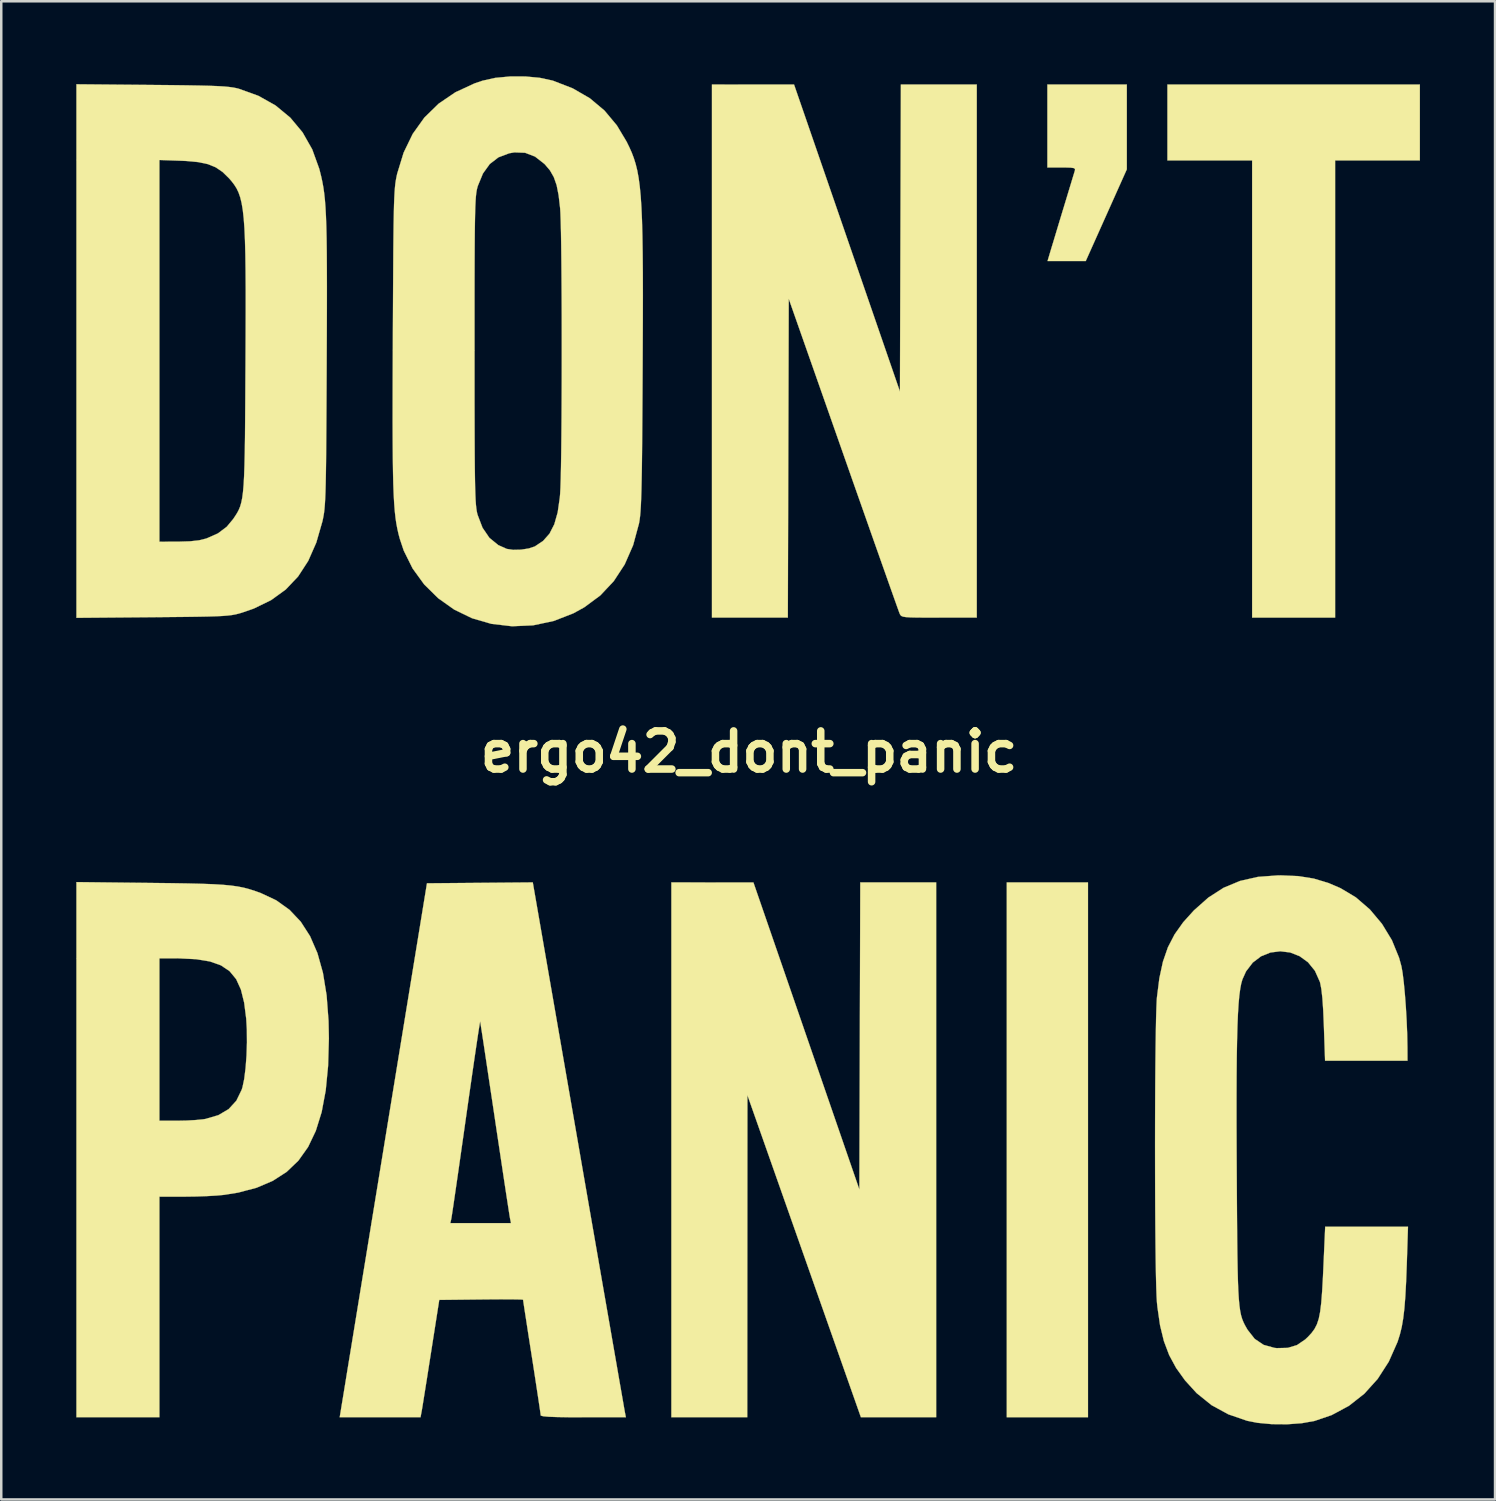
<source format=kicad_pcb>
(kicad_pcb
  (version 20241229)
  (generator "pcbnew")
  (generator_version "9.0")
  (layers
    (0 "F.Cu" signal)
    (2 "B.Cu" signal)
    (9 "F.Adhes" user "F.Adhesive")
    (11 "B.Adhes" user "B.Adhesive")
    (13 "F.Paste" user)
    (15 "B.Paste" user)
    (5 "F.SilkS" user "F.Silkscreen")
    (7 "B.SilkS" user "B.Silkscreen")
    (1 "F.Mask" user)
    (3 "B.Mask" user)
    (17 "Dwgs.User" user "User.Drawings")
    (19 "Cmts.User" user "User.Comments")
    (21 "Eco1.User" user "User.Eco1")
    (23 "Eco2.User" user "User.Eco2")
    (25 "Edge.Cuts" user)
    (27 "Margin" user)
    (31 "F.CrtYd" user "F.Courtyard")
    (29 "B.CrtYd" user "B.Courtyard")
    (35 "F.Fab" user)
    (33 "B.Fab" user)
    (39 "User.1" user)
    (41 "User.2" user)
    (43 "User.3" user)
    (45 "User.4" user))
  (footprint "ergo42_dont_panic"
    (layer "F.Cu")
    (at 26.887 26.997)
    (property "Reference" "ergo42_dont_panic" (at 0 0 0) (layer "F.SilkS") (effects (font (size 1.524 1.524) (thickness 0.3))))
    (attr through_hole)
    (fp_poly (pts (xy 13.547 26.599) (xy 10.301 26.599) (xy 10.301 5.221) (xy 13.547 5.221) (xy 13.547 26.599)) (stroke (width 0.01) (type solid)) (fill yes) (layer "F.SilkS"))
    (fp_poly (pts (xy 26.811 -23.636) (xy 23.424 -23.636) (xy 23.424 -5.362) (xy 20.108 -5.362) (xy 20.108 -23.636) (xy 16.722 -23.636) (xy 16.722 -26.67) (xy 26.811 -26.67) (xy 26.811 -23.636)) (stroke (width 0.01) (type solid)) (fill yes) (layer "F.SilkS"))
    (fp_poly (pts (xy 7.479 26.599) (xy 4.472 26.599) (xy 2.204 20.161) (xy -0.065 13.723) (xy -0.068 20.161) (xy -0.071 26.599) (xy -3.104 26.599) (xy -3.104 5.221) (xy -1.464 5.222) (xy 0.176 5.224) (xy 2.293 11.359) (xy 4.41 17.495) (xy 4.428 11.358) (xy 4.446 5.221) (xy 7.479 5.221) (xy 7.479 26.599)) (stroke (width 0.01) (type solid)) (fill yes) (layer "F.SilkS"))
    (fp_poly (pts (xy 15.099 -23.279) (xy 13.458 -19.614) (xy 11.931 -19.614) (xy 12.039 -19.978) (xy 12.087 -20.138) (xy 12.168 -20.404) (xy 12.272 -20.749) (xy 12.392 -21.148) (xy 12.521 -21.574) (xy 12.651 -22.001) (xy 12.773 -22.404) (xy 12.88 -22.757) (xy 12.963 -23.032) (xy 13.016 -23.206) (xy 13.024 -23.23) (xy 13.029 -23.292) (xy 12.981 -23.329) (xy 12.853 -23.347) (xy 12.62 -23.354) (xy 12.493 -23.354) (xy 11.924 -23.354) (xy 11.924 -26.67) (xy 15.099 -26.67) (xy 15.099 -23.279)) (stroke (width 0.01) (type solid)) (fill yes) (layer "F.SilkS"))
    (fp_poly (pts (xy 9.102 -5.362) (xy 7.596 -5.362) (xy 7.099 -5.363) (xy 6.724 -5.365) (xy 6.454 -5.371) (xy 6.269 -5.383) (xy 6.152 -5.402) (xy 6.084 -5.431) (xy 6.046 -5.471) (xy 6.021 -5.521) (xy 5.988 -5.609) (xy 5.912 -5.821) (xy 5.796 -6.147) (xy 5.643 -6.578) (xy 5.457 -7.104) (xy 5.241 -7.715) (xy 4.998 -8.402) (xy 4.733 -9.155) (xy 4.448 -9.965) (xy 4.146 -10.822) (xy 3.832 -11.717) (xy 3.77 -11.894) (xy 1.587 -18.107) (xy 1.551 -5.362) (xy -1.482 -5.362) (xy -1.482 -26.67) (xy 1.799 -26.668) (xy 3.916 -20.532) (xy 6.032 -14.397) (xy 6.051 -20.533) (xy 6.069 -26.67) (xy 9.102 -26.67) (xy 9.102 -5.362)) (stroke (width 0.01) (type solid)) (fill yes) (layer "F.SilkS"))
    (fp_poly (pts (xy -23.901 5.242) (xy -23.107 5.251) (xy -22.438 5.262) (xy -21.88 5.276) (xy -21.416 5.293) (xy -21.031 5.316) (xy -20.709 5.346) (xy -20.435 5.384) (xy -20.193 5.432) (xy -19.968 5.492) (xy -19.744 5.564) (xy -19.509 5.649) (xy -18.896 5.937) (xy -18.365 6.317) (xy -17.916 6.792) (xy -17.545 7.368) (xy -17.25 8.047) (xy -17.03 8.835) (xy -16.883 9.736) (xy -16.806 10.754) (xy -16.792 11.455) (xy -16.824 12.557) (xy -16.919 13.536) (xy -17.081 14.399) (xy -17.315 15.15) (xy -17.623 15.795) (xy -18.01 16.34) (xy -18.479 16.789) (xy -19.033 17.147) (xy -19.676 17.422) (xy -20.412 17.617) (xy -20.983 17.709) (xy -21.274 17.736) (xy -21.658 17.758) (xy -22.088 17.774) (xy -22.515 17.78) (xy -22.558 17.78) (xy -23.566 17.78) (xy -23.566 26.599) (xy -26.882 26.599) (xy -26.882 14.746) (xy -23.566 14.746) (xy -22.834 14.746) (xy -22.477 14.739) (xy -22.126 14.719) (xy -21.835 14.691) (xy -21.726 14.675) (xy -21.208 14.523) (xy -20.798 14.281) (xy -20.49 13.945) (xy -20.279 13.511) (xy -20.246 13.408) (xy -20.176 13.076) (xy -20.122 12.642) (xy -20.084 12.143) (xy -20.067 11.618) (xy -20.071 11.104) (xy -20.096 10.669) (xy -20.178 10.028) (xy -20.308 9.504) (xy -20.498 9.088) (xy -20.76 8.769) (xy -21.106 8.536) (xy -21.547 8.38) (xy -22.096 8.29) (xy -22.765 8.257) (xy -22.913 8.256) (xy -23.566 8.255) (xy -23.566 14.746) (xy -26.882 14.746) (xy -26.882 5.208) (xy -23.901 5.242)) (stroke (width 0.01) (type solid)) (fill yes) (layer "F.SilkS"))
    (fp_poly (pts (xy -6.82 15.716) (xy -6.612 16.916) (xy -6.41 18.079) (xy -6.215 19.199) (xy -6.029 20.267) (xy -5.854 21.276) (xy -5.69 22.217) (xy -5.539 23.084) (xy -5.403 23.867) (xy -5.282 24.56) (xy -5.179 25.155) (xy -5.093 25.644) (xy -5.028 26.018) (xy -4.984 26.272) (xy -4.962 26.396) (xy -4.96 26.405) (xy -4.922 26.599) (xy -6.624 26.599) (xy -7.218 26.597) (xy -7.677 26.589) (xy -8.009 26.577) (xy -8.22 26.558) (xy -8.317 26.533) (xy -8.326 26.522) (xy -8.336 26.435) (xy -8.366 26.227) (xy -8.413 25.913) (xy -8.474 25.512) (xy -8.546 25.039) (xy -8.627 24.513) (xy -8.678 24.187) (xy -8.764 23.64) (xy -8.842 23.139) (xy -8.909 22.701) (xy -8.965 22.342) (xy -9.005 22.079) (xy -9.027 21.929) (xy -9.031 21.9) (xy -9.098 21.892) (xy -9.287 21.887) (xy -9.579 21.884) (xy -9.953 21.883) (xy -10.391 21.886) (xy -10.706 21.889) (xy -12.381 21.907) (xy -12.713 24.024) (xy -12.798 24.565) (xy -12.877 25.07) (xy -12.949 25.52) (xy -13.009 25.895) (xy -13.054 26.176) (xy -13.082 26.343) (xy -13.087 26.37) (xy -13.13 26.599) (xy -16.36 26.599) (xy -16.322 26.37) (xy -16.307 26.275) (xy -16.27 26.049) (xy -16.212 25.699) (xy -16.136 25.233) (xy -16.043 24.659) (xy -15.932 23.986) (xy -15.807 23.22) (xy -15.668 22.369) (xy -15.517 21.442) (xy -15.354 20.447) (xy -15.181 19.39) (xy -15.091 18.838) (xy -11.939 18.838) (xy -9.514 18.838) (xy -9.553 18.644) (xy -9.571 18.539) (xy -9.607 18.308) (xy -9.66 17.965) (xy -9.728 17.522) (xy -9.808 16.994) (xy -9.898 16.394) (xy -9.997 15.735) (xy -10.103 15.031) (xy -10.161 14.64) (xy -10.268 13.924) (xy -10.37 13.249) (xy -10.463 12.629) (xy -10.546 12.077) (xy -10.617 11.605) (xy -10.675 11.227) (xy -10.717 10.956) (xy -10.741 10.804) (xy -10.746 10.775) (xy -10.758 10.833) (xy -10.788 11.018) (xy -10.835 11.318) (xy -10.895 11.721) (xy -10.968 12.214) (xy -11.051 12.786) (xy -11.143 13.424) (xy -11.242 14.115) (xy -11.314 14.621) (xy -11.417 15.35) (xy -11.516 16.041) (xy -11.607 16.68) (xy -11.69 17.254) (xy -11.762 17.749) (xy -11.821 18.153) (xy -11.866 18.451) (xy -11.894 18.632) (xy -11.903 18.68) (xy -11.939 18.838) (xy -15.091 18.838) (xy -15 18.28) (xy -14.811 17.125) (xy -14.616 15.933) (xy -14.578 15.699) (xy -12.872 5.256) (xy -10.757 5.238) (xy -8.643 5.22) (xy -6.82 15.716)) (stroke (width 0.01) (type solid)) (fill yes) (layer "F.SilkS"))
    (fp_poly (pts (xy -23.865 -26.652) (xy -23.114 -26.645) (xy -22.49 -26.637) (xy -21.978 -26.628) (xy -21.565 -26.618) (xy -21.235 -26.605) (xy -20.974 -26.59) (xy -20.769 -26.57) (xy -20.605 -26.547) (xy -20.467 -26.519) (xy -20.391 -26.499) (xy -19.611 -26.218) (xy -18.924 -25.832) (xy -18.335 -25.345) (xy -17.845 -24.758) (xy -17.458 -24.077) (xy -17.178 -23.303) (xy -17.151 -23.199) (xy -17.099 -22.989) (xy -17.054 -22.781) (xy -17.014 -22.564) (xy -16.981 -22.33) (xy -16.952 -22.067) (xy -16.929 -21.766) (xy -16.91 -21.416) (xy -16.895 -21.007) (xy -16.884 -20.529) (xy -16.877 -19.972) (xy -16.873 -19.325) (xy -16.871 -18.579) (xy -16.872 -17.722) (xy -16.875 -16.746) (xy -16.88 -15.64) (xy -16.88 -15.557) (xy -16.885 -14.523) (xy -16.89 -13.619) (xy -16.895 -12.835) (xy -16.9 -12.163) (xy -16.905 -11.592) (xy -16.912 -11.111) (xy -16.92 -10.71) (xy -16.929 -10.38) (xy -16.94 -10.11) (xy -16.953 -9.89) (xy -16.968 -9.71) (xy -16.985 -9.561) (xy -17.006 -9.431) (xy -17.029 -9.31) (xy -17.052 -9.206) (xy -17.296 -8.36) (xy -17.618 -7.629) (xy -18.023 -7.006) (xy -18.517 -6.485) (xy -19.105 -6.06) (xy -19.793 -5.725) (xy -20.262 -5.562) (xy -20.392 -5.524) (xy -20.521 -5.492) (xy -20.662 -5.466) (xy -20.829 -5.446) (xy -21.038 -5.429) (xy -21.304 -5.416) (xy -21.64 -5.406) (xy -22.061 -5.398) (xy -22.583 -5.391) (xy -23.218 -5.385) (xy -23.83 -5.379) (xy -26.882 -5.354) (xy -26.882 -8.396) (xy -23.566 -8.396) (xy -22.807 -8.398) (xy -22.342 -8.412) (xy -21.983 -8.452) (xy -21.699 -8.522) (xy -21.683 -8.527) (xy -21.227 -8.729) (xy -20.873 -8.995) (xy -20.614 -9.308) (xy -20.53 -9.434) (xy -20.456 -9.552) (xy -20.393 -9.672) (xy -20.339 -9.804) (xy -20.294 -9.96) (xy -20.256 -10.149) (xy -20.225 -10.382) (xy -20.2 -10.669) (xy -20.181 -11.02) (xy -20.166 -11.447) (xy -20.154 -11.958) (xy -20.145 -12.566) (xy -20.139 -13.279) (xy -20.133 -14.108) (xy -20.128 -15.065) (xy -20.125 -15.475) (xy -20.12 -16.6) (xy -20.117 -17.594) (xy -20.117 -18.465) (xy -20.122 -19.223) (xy -20.131 -19.877) (xy -20.146 -20.438) (xy -20.167 -20.914) (xy -20.196 -21.314) (xy -20.233 -21.648) (xy -20.279 -21.926) (xy -20.335 -22.157) (xy -20.402 -22.35) (xy -20.48 -22.514) (xy -20.571 -22.659) (xy -20.674 -22.795) (xy -20.783 -22.921) (xy -21.042 -23.174) (xy -21.314 -23.359) (xy -21.628 -23.487) (xy -22.013 -23.568) (xy -22.498 -23.613) (xy -22.701 -23.622) (xy -23.566 -23.653) (xy -23.566 -8.396) (xy -26.882 -8.396) (xy -26.882 -26.679) (xy -23.865 -26.652)) (stroke (width 0.01) (type solid)) (fill yes) (layer "F.SilkS"))
    (fp_poly (pts (xy 21.952 4.969) (xy 22.571 5.068) (xy 23.159 5.245) (xy 23.636 5.449) (xy 24.254 5.819) (xy 24.814 6.302) (xy 25.299 6.88) (xy 25.694 7.53) (xy 25.981 8.233) (xy 26.074 8.572) (xy 26.122 8.843) (xy 26.169 9.226) (xy 26.213 9.69) (xy 26.252 10.207) (xy 26.283 10.746) (xy 26.305 11.279) (xy 26.314 11.776) (xy 26.315 11.8) (xy 26.317 12.347) (xy 23.023 12.347) (xy 22.975 10.954) (xy 22.949 10.337) (xy 22.916 9.851) (xy 22.875 9.486) (xy 22.826 9.232) (xy 22.814 9.192) (xy 22.618 8.754) (xy 22.341 8.412) (xy 22.004 8.168) (xy 21.627 8.021) (xy 21.232 7.973) (xy 20.837 8.023) (xy 20.465 8.173) (xy 20.134 8.424) (xy 19.865 8.775) (xy 19.719 9.098) (xy 19.672 9.262) (xy 19.632 9.474) (xy 19.596 9.741) (xy 19.566 10.071) (xy 19.541 10.472) (xy 19.521 10.953) (xy 19.506 11.521) (xy 19.494 12.185) (xy 19.487 12.952) (xy 19.484 13.831) (xy 19.484 14.83) (xy 19.488 15.957) (xy 19.492 16.735) (xy 19.498 17.762) (xy 19.504 18.659) (xy 19.51 19.435) (xy 19.518 20.101) (xy 19.528 20.666) (xy 19.54 21.141) (xy 19.555 21.535) (xy 19.575 21.86) (xy 19.599 22.125) (xy 19.629 22.34) (xy 19.664 22.516) (xy 19.707 22.662) (xy 19.757 22.789) (xy 19.815 22.908) (xy 19.882 23.027) (xy 19.925 23.101) (xy 20.209 23.463) (xy 20.566 23.704) (xy 20.997 23.824) (xy 21.095 23.834) (xy 21.534 23.824) (xy 21.9 23.713) (xy 22.23 23.488) (xy 22.331 23.393) (xy 22.481 23.232) (xy 22.601 23.069) (xy 22.696 22.885) (xy 22.77 22.663) (xy 22.826 22.383) (xy 22.87 22.027) (xy 22.905 21.576) (xy 22.937 21.012) (xy 22.952 20.69) (xy 23.028 18.979) (xy 26.337 18.979) (xy 26.289 20.479) (xy 26.262 21.182) (xy 26.231 21.765) (xy 26.193 22.247) (xy 26.145 22.65) (xy 26.086 22.993) (xy 26.011 23.297) (xy 25.92 23.583) (xy 25.917 23.591) (xy 25.57 24.374) (xy 25.126 25.064) (xy 24.592 25.656) (xy 23.975 26.141) (xy 23.283 26.512) (xy 22.605 26.743) (xy 22.094 26.835) (xy 21.507 26.878) (xy 20.898 26.873) (xy 20.323 26.82) (xy 19.909 26.739) (xy 19.154 26.479) (xy 18.486 26.114) (xy 17.891 25.634) (xy 17.428 25.126) (xy 17.071 24.629) (xy 16.793 24.116) (xy 16.582 23.557) (xy 16.428 22.925) (xy 16.322 22.191) (xy 16.303 22.003) (xy 16.289 21.77) (xy 16.276 21.411) (xy 16.264 20.94) (xy 16.254 20.371) (xy 16.246 19.718) (xy 16.239 18.997) (xy 16.234 18.221) (xy 16.231 17.405) (xy 16.229 16.564) (xy 16.228 15.712) (xy 16.229 14.863) (xy 16.232 14.031) (xy 16.236 13.233) (xy 16.242 12.48) (xy 16.25 11.789) (xy 16.259 11.174) (xy 16.269 10.648) (xy 16.282 10.227) (xy 16.295 9.925) (xy 16.303 9.818) (xy 16.4 9.049) (xy 16.542 8.391) (xy 16.741 7.816) (xy 17.008 7.299) (xy 17.354 6.812) (xy 17.779 6.341) (xy 18.359 5.826) (xy 18.966 5.436) (xy 19.62 5.163) (xy 20.338 5) (xy 21.142 4.94) (xy 21.252 4.939) (xy 21.952 4.969)) (stroke (width 0.01) (type solid)) (fill yes) (layer "F.SilkS"))
    (fp_poly (pts (xy -8.363 -26.937) (xy -7.853 -26.827) (xy -7.834 -26.821) (xy -7.046 -26.515) (xy -6.363 -26.12) (xy -5.778 -25.629) (xy -5.281 -25.034) (xy -4.894 -24.387) (xy -4.786 -24.167) (xy -4.689 -23.951) (xy -4.605 -23.729) (xy -4.531 -23.492) (xy -4.467 -23.232) (xy -4.413 -22.937) (xy -4.368 -22.6) (xy -4.33 -22.21) (xy -4.301 -21.759) (xy -4.278 -21.238) (xy -4.262 -20.636) (xy -4.251 -19.945) (xy -4.244 -19.154) (xy -4.242 -18.256) (xy -4.244 -17.241) (xy -4.249 -16.099) (xy -4.252 -15.416) (xy -4.258 -14.362) (xy -4.264 -13.438) (xy -4.27 -12.637) (xy -4.276 -11.947) (xy -4.283 -11.359) (xy -4.292 -10.863) (xy -4.301 -10.449) (xy -4.312 -10.108) (xy -4.324 -9.829) (xy -4.338 -9.604) (xy -4.354 -9.422) (xy -4.373 -9.273) (xy -4.394 -9.147) (xy -4.399 -9.121) (xy -4.633 -8.256) (xy -4.969 -7.489) (xy -5.406 -6.82) (xy -5.945 -6.248) (xy -6.586 -5.774) (xy -7.02 -5.535) (xy -7.808 -5.228) (xy -8.631 -5.054) (xy -9.472 -5.017) (xy -10.301 -5.114) (xy -11.071 -5.338) (xy -11.783 -5.683) (xy -12.425 -6.138) (xy -12.984 -6.69) (xy -13.447 -7.329) (xy -13.8 -8.04) (xy -13.958 -8.512) (xy -14.01 -8.708) (xy -14.055 -8.907) (xy -14.095 -9.117) (xy -14.129 -9.35) (xy -14.158 -9.614) (xy -14.182 -9.92) (xy -14.202 -10.276) (xy -14.218 -10.693) (xy -14.229 -11.18) (xy -14.237 -11.747) (xy -14.242 -12.404) (xy -14.245 -13.159) (xy -14.244 -14.024) (xy -14.242 -15.008) (xy -14.238 -16.101) (xy -10.971 -16.101) (xy -10.971 -16.051) (xy -10.971 -14.971) (xy -10.971 -14.022) (xy -10.969 -13.195) (xy -10.967 -12.482) (xy -10.964 -11.873) (xy -10.96 -11.358) (xy -10.954 -10.928) (xy -10.947 -10.574) (xy -10.938 -10.287) (xy -10.928 -10.057) (xy -10.915 -9.875) (xy -10.9 -9.732) (xy -10.883 -9.618) (xy -10.863 -9.524) (xy -10.85 -9.473) (xy -10.652 -8.954) (xy -10.378 -8.552) (xy -10.024 -8.262) (xy -9.683 -8.109) (xy -9.432 -8.071) (xy -9.116 -8.078) (xy -8.804 -8.126) (xy -8.561 -8.207) (xy -8.232 -8.427) (xy -7.975 -8.717) (xy -7.783 -9.092) (xy -7.648 -9.567) (xy -7.563 -10.159) (xy -7.55 -10.31) (xy -7.537 -10.555) (xy -7.525 -10.924) (xy -7.515 -11.402) (xy -7.506 -11.973) (xy -7.499 -12.624) (xy -7.493 -13.34) (xy -7.489 -14.104) (xy -7.486 -14.904) (xy -7.485 -15.723) (xy -7.485 -16.547) (xy -7.486 -17.362) (xy -7.489 -18.152) (xy -7.494 -18.902) (xy -7.5 -19.598) (xy -7.507 -20.225) (xy -7.516 -20.768) (xy -7.527 -21.213) (xy -7.539 -21.543) (xy -7.55 -21.724) (xy -7.61 -22.242) (xy -7.69 -22.647) (xy -7.803 -22.969) (xy -7.957 -23.238) (xy -8.163 -23.481) (xy -8.181 -23.498) (xy -8.552 -23.788) (xy -8.95 -23.941) (xy -9.38 -23.957) (xy -9.589 -23.92) (xy -10.017 -23.758) (xy -10.363 -23.491) (xy -10.635 -23.113) (xy -10.84 -22.615) (xy -10.843 -22.607) (xy -10.865 -22.527) (xy -10.885 -22.437) (xy -10.902 -22.328) (xy -10.917 -22.189) (xy -10.929 -22.013) (xy -10.94 -21.789) (xy -10.948 -21.509) (xy -10.955 -21.162) (xy -10.961 -20.74) (xy -10.965 -20.233) (xy -10.968 -19.632) (xy -10.97 -18.928) (xy -10.971 -18.11) (xy -10.971 -17.171) (xy -10.971 -16.101) (xy -14.238 -16.101) (xy -14.237 -16.119) (xy -14.236 -16.51) (xy -14.231 -17.568) (xy -14.226 -18.494) (xy -14.221 -19.3) (xy -14.217 -19.993) (xy -14.211 -20.585) (xy -14.205 -21.085) (xy -14.197 -21.503) (xy -14.189 -21.849) (xy -14.178 -22.132) (xy -14.166 -22.363) (xy -14.152 -22.552) (xy -14.136 -22.707) (xy -14.116 -22.84) (xy -14.094 -22.959) (xy -14.069 -23.076) (xy -14.062 -23.107) (xy -13.804 -23.948) (xy -13.442 -24.695) (xy -12.976 -25.347) (xy -12.408 -25.902) (xy -11.74 -26.357) (xy -10.974 -26.712) (xy -10.654 -26.821) (xy -10.146 -26.934) (xy -9.561 -26.99) (xy -8.95 -26.992) (xy -8.363 -26.937)) (stroke (width 0.01) (type solid)) (fill yes) (layer "F.SilkS")))
  (gr_rect
    (start -3 -3)
    (end 56.703 56.88)
    (stroke (width 0.1) (type default))
    (fill no)
    (layer "Edge.Cuts")))
</source>
